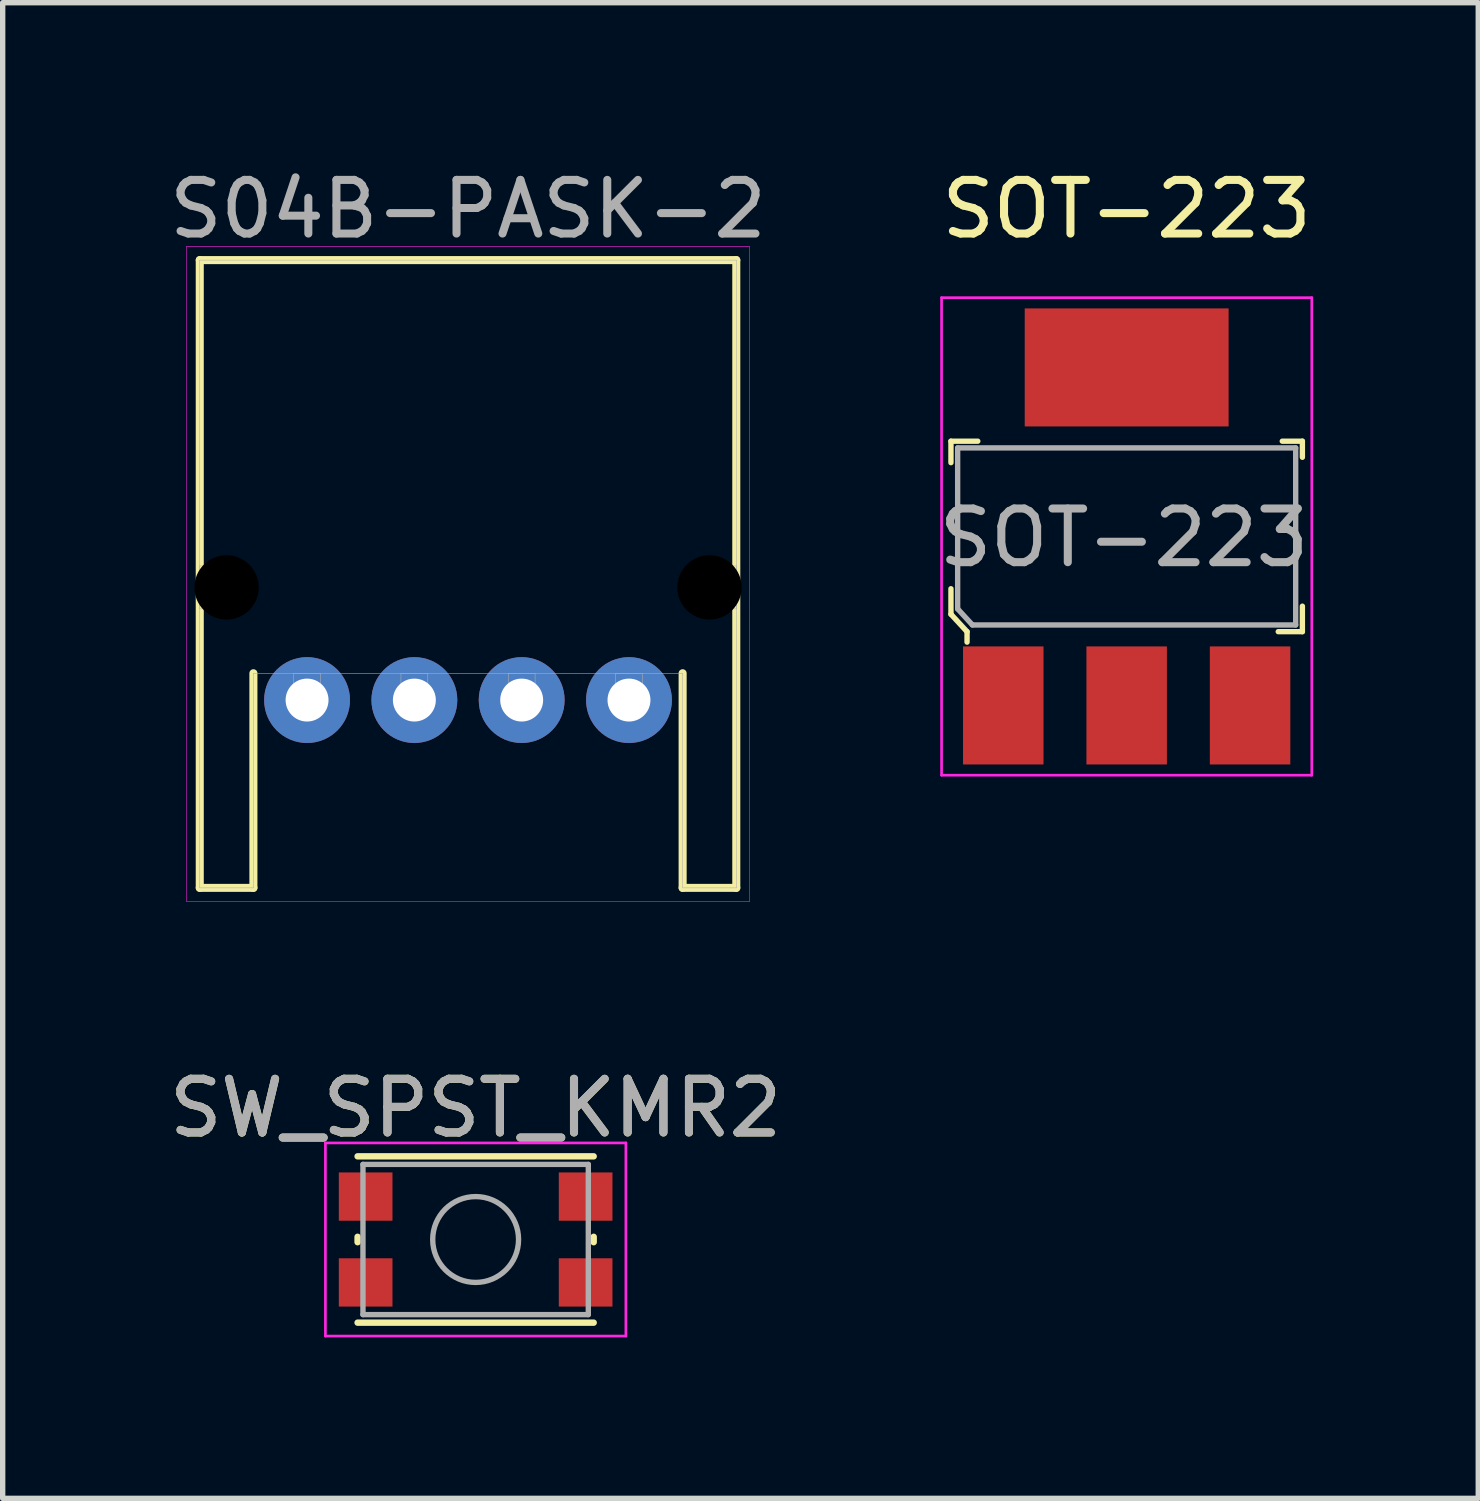
<source format=kicad_pcb>
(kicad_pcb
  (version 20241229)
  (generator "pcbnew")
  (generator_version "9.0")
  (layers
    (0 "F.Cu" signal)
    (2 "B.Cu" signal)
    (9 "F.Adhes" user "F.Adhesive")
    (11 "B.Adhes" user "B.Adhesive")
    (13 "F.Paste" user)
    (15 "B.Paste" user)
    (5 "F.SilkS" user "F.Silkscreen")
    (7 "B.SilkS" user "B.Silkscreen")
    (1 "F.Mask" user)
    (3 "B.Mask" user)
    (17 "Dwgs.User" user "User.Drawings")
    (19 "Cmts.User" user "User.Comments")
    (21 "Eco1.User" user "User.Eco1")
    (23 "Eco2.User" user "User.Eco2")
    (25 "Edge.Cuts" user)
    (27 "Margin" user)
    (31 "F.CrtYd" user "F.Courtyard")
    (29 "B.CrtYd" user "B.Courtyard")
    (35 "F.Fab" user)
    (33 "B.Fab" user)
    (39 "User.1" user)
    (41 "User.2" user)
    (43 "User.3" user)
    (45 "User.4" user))
  (footprint "SW_SPST_KMR2"
    (layer "F.Cu")
    (at 5.815 20.052)
    (property "Reference" "SW_SPST_KMR2" (at 0 -2.45 0) (layer "F.SilkS") (effects (font (size 1 1) (thickness 0.15))))
    (attr smd)
    (fp_line (start -2.2 0.05) (end -2.2 -0.05) (stroke (width 0.12) (type solid)) (layer "F.SilkS"))
    (fp_line (start -2.2 1.55) (end 2.2 1.55) (stroke (width 0.12) (type solid)) (layer "F.SilkS"))
    (fp_line (start 2.2 -1.55) (end -2.2 -1.55) (stroke (width 0.12) (type solid)) (layer "F.SilkS"))
    (fp_line (start 2.2 0.05) (end 2.2 -0.05) (stroke (width 0.12) (type solid)) (layer "F.SilkS"))
    (fp_line (start -2.8 -1.8) (end 2.8 -1.8) (stroke (width 0.05) (type solid)) (layer "F.CrtYd"))
    (fp_line (start -2.8 1.8) (end -2.8 -1.8) (stroke (width 0.05) (type solid)) (layer "F.CrtYd"))
    (fp_line (start 2.8 -1.8) (end 2.8 1.8) (stroke (width 0.05) (type solid)) (layer "F.CrtYd"))
    (fp_line (start 2.8 1.8) (end -2.8 1.8) (stroke (width 0.05) (type solid)) (layer "F.CrtYd"))
    (fp_line (start -2.1 -1.4) (end 2.1 -1.4) (stroke (width 0.1) (type solid)) (layer "F.Fab"))
    (fp_line (start -2.1 1.4) (end -2.1 -1.4) (stroke (width 0.1) (type solid)) (layer "F.Fab"))
    (fp_line (start 2.1 -1.4) (end 2.1 1.4) (stroke (width 0.1) (type solid)) (layer "F.Fab"))
    (fp_line (start 2.1 1.4) (end -2.1 1.4) (stroke (width 0.1) (type solid)) (layer "F.Fab"))
    (fp_circle (center 0 0) (end 0 0.8) (stroke (width 0.1) (type solid)) (fill no) (layer "F.Fab"))
    (fp_text user "${REFERENCE}" (at 0 -2.45 0) (layer "F.Fab") (effects (font (size 1 1) (thickness 0.15))))
    (pad "1" smd rect (at -2.05 -0.8 90) (size 0.9 1) (layers "F.Cu" "F.Mask" "F.Paste"))
    (pad "1" smd rect (at 2.05 -0.8 90) (size 0.9 1) (layers "F.Cu" "F.Mask" "F.Paste"))
    (pad "2" smd rect (at -2.05 0.8 90) (size 0.9 1) (layers "F.Cu" "F.Mask" "F.Paste"))
    (pad "2" smd rect (at 2.05 0.8 90) (size 0.9 1) (layers "F.Cu" "F.Mask" "F.Paste")))
  (footprint "SOT-223"
    (layer "F.Cu")
    (at 17.949 6.948)
    (property "Reference" "SOT-223" (at 0 -6.1 0) (layer "F.SilkS") (effects (font (size 1 1) (thickness 0.15))))
    (attr through_hole)
    (fp_line (start -3.275 -1.775) (end -3.275 -1.375) (stroke (width 0.1) (type solid)) (layer "F.SilkS"))
    (fp_line (start -3.275 0.975) (end -3.275 1.45) (stroke (width 0.1) (type solid)) (layer "F.SilkS"))
    (fp_line (start -3.275 1.45) (end -2.975 1.775) (stroke (width 0.1) (type solid)) (layer "F.SilkS"))
    (fp_line (start -2.975 1.775) (end -2.975 1.97) (stroke (width 0.1) (type solid)) (layer "F.SilkS"))
    (fp_line (start -2.775 -1.775) (end -3.275 -1.775) (stroke (width 0.1) (type solid)) (layer "F.SilkS"))
    (fp_line (start 2.9 -1.775) (end 3.275 -1.775) (stroke (width 0.1) (type solid)) (layer "F.SilkS"))
    (fp_line (start 3.275 -1.775) (end 3.275 -1.475) (stroke (width 0.1) (type solid)) (layer "F.SilkS"))
    (fp_line (start 3.275 1.3) (end 3.275 1.775) (stroke (width 0.1) (type solid)) (layer "F.SilkS"))
    (fp_line (start 3.275 1.775) (end 2.825 1.775) (stroke (width 0.1) (type solid)) (layer "F.SilkS"))
    (fp_line (start -3.45 -4.45) (end -3.45 4.45) (stroke (width 0.05) (type solid)) (layer "F.CrtYd"))
    (fp_line (start -3.45 4.45) (end 3.45 4.45) (stroke (width 0.05) (type solid)) (layer "F.CrtYd"))
    (fp_line (start 3.45 -4.45) (end -3.45 -4.45) (stroke (width 0.05) (type solid)) (layer "F.CrtYd"))
    (fp_line (start 3.45 -4.45) (end 3.45 4.45) (stroke (width 0.05) (type solid)) (layer "F.CrtYd"))
    (fp_line (start -3.15 -1.65) (end 3.15 -1.65) (stroke (width 0.1) (type solid)) (layer "F.Fab"))
    (fp_line (start -3.15 1.35) (end -3.15 -1.65) (stroke (width 0.1) (type solid)) (layer "F.Fab"))
    (fp_line (start -3.15 1.35) (end -2.875 1.65) (stroke (width 0.1) (type solid)) (layer "F.Fab"))
    (fp_line (start 3.15 -1.65) (end 3.15 1.65) (stroke (width 0.1) (type solid)) (layer "F.Fab"))
    (fp_line (start 3.15 1.65) (end -2.875 1.65) (stroke (width 0.1) (type solid)) (layer "F.Fab"))
    (fp_text user "${REFERENCE}" (at -0.05 0.025 0) (layer "F.Fab") (effects (font (size 1 1) (thickness 0.15))))
    (pad "1" smd rect (at -2.3 3.15) (size 1.5 2.2) (layers "F.Cu" "F.Mask" "F.Paste"))
    (pad "2" smd rect (at 0 3.15) (size 1.5 2.2) (layers "F.Cu" "F.Mask" "F.Paste"))
    (pad "3" smd rect (at 2.3 3.15) (size 1.5 2.2) (layers "F.Cu" "F.Mask" "F.Paste"))
    (pad "4" smd rect (at 0 -3.15) (size 3.8 2.2) (layers "F.Cu" "F.Mask" "F.Paste")))
  (footprint "S04B-PASK-2"
    (layer "F.Cu")
    (at 5.673 9.998)
    (property "Reference" "S04B-PASK-2" (at 0 -9.15 0) (layer "F.Fab") (effects (font (size 1 1) (thickness 0.15))))
    (attr through_hole)
    (fp_line (start -5 -8.2) (end -5 3.5) (stroke (width 0.15) (type solid)) (layer "F.SilkS"))
    (fp_line (start -5 -8.2) (end 5 -8.2) (stroke (width 0.15) (type solid)) (layer "F.SilkS"))
    (fp_line (start -5 3.5) (end -4 3.5) (stroke (width 0.15) (type solid)) (layer "F.SilkS"))
    (fp_line (start -4 3.5) (end -4 -0.5) (stroke (width 0.15) (type solid)) (layer "F.SilkS"))
    (fp_line (start 4 3.5) (end 4 -0.5) (stroke (width 0.15) (type solid)) (layer "F.SilkS"))
    (fp_line (start 5 -8.2) (end 5 3.5) (stroke (width 0.15) (type solid)) (layer "F.SilkS"))
    (fp_line (start 5 3.5) (end 4 3.5) (stroke (width 0.15) (type solid)) (layer "F.SilkS"))
    (fp_line (start -5.25 -8.45) (end 5.25 -8.45) (stroke (width 0.01) (type solid)) (layer "F.CrtYd"))
    (fp_line (start -5.25 3.75) (end -5.25 -8.45) (stroke (width 0.01) (type solid)) (layer "F.CrtYd"))
    (fp_line (start 5.25 -8.45) (end 5.25 3.75) (stroke (width 0.01) (type solid)) (layer "F.CrtYd"))
    (fp_line (start 5.25 3.75) (end -5.25 3.75) (stroke (width 0.01) (type solid)) (layer "F.CrtYd"))
    (fp_line (start -5 -8.2) (end -5 3.5) (stroke (width 0.01) (type solid)) (layer "F.Fab"))
    (fp_line (start -5 -8.2) (end 5 -8.2) (stroke (width 0.01) (type solid)) (layer "F.Fab"))
    (fp_line (start -5 -2.5) (end -4.4 -2.5) (stroke (width 0.01) (type solid)) (layer "F.Fab"))
    (fp_line (start -5 -1.7) (end -5 -2.5) (stroke (width 0.01) (type solid)) (layer "F.Fab"))
    (fp_line (start -5 3.5) (end -4 3.5) (stroke (width 0.01) (type solid)) (layer "F.Fab"))
    (fp_line (start -4.4 -2.5) (end -4.4 -1.7) (stroke (width 0.01) (type solid)) (layer "F.Fab"))
    (fp_line (start -4.4 -1.7) (end -5 -1.7) (stroke (width 0.01) (type solid)) (layer "F.Fab"))
    (fp_line (start -4 3.5) (end -4 -0.5) (stroke (width 0.01) (type solid)) (layer "F.Fab"))
    (fp_line (start -3.25 -0.5) (end -2.75 -0.5) (stroke (width 0.01) (type solid)) (layer "F.Fab"))
    (fp_line (start -3.25 -0.25) (end -2.75 -0.25) (stroke (width 0.01) (type solid)) (layer "F.Fab"))
    (fp_line (start -3.25 0.25) (end -3.25 -0.5) (stroke (width 0.01) (type solid)) (layer "F.Fab"))
    (fp_line (start -2.75 -0.5) (end -2.75 0.25) (stroke (width 0.01) (type solid)) (layer "F.Fab"))
    (fp_line (start -2.75 0.25) (end -3.25 0.25) (stroke (width 0.01) (type solid)) (layer "F.Fab"))
    (fp_line (start -1.25 -0.5) (end -0.75 -0.5) (stroke (width 0.01) (type solid)) (layer "F.Fab"))
    (fp_line (start -1.25 -0.25) (end -0.75 -0.25) (stroke (width 0.01) (type solid)) (layer "F.Fab"))
    (fp_line (start -1.25 0.25) (end -1.25 -0.5) (stroke (width 0.01) (type solid)) (layer "F.Fab"))
    (fp_line (start -0.75 -0.5) (end -0.75 0.25) (stroke (width 0.01) (type solid)) (layer "F.Fab"))
    (fp_line (start -0.75 0.25) (end -1.25 0.25) (stroke (width 0.01) (type solid)) (layer "F.Fab"))
    (fp_line (start 0.75 -0.5) (end 1.25 -0.5) (stroke (width 0.01) (type solid)) (layer "F.Fab"))
    (fp_line (start 0.75 -0.25) (end 1.25 -0.25) (stroke (width 0.01) (type solid)) (layer "F.Fab"))
    (fp_line (start 0.75 0.25) (end 0.75 -0.5) (stroke (width 0.01) (type solid)) (layer "F.Fab"))
    (fp_line (start 1.25 -0.5) (end 1.25 0.25) (stroke (width 0.01) (type solid)) (layer "F.Fab"))
    (fp_line (start 1.25 0.25) (end 0.75 0.25) (stroke (width 0.01) (type solid)) (layer "F.Fab"))
    (fp_line (start 2.75 -0.5) (end 3.25 -0.5) (stroke (width 0.01) (type solid)) (layer "F.Fab"))
    (fp_line (start 2.75 -0.25) (end 3.25 -0.25) (stroke (width 0.01) (type solid)) (layer "F.Fab"))
    (fp_line (start 2.75 0.25) (end 2.75 -0.5) (stroke (width 0.01) (type solid)) (layer "F.Fab"))
    (fp_line (start 3.25 -0.5) (end 3.25 0.25) (stroke (width 0.01) (type solid)) (layer "F.Fab"))
    (fp_line (start 3.25 0.25) (end 2.75 0.25) (stroke (width 0.01) (type solid)) (layer "F.Fab"))
    (fp_line (start 4 -0.5) (end -4 -0.5) (stroke (width 0.01) (type solid)) (layer "F.Fab"))
    (fp_line (start 4 3.5) (end 4 -0.5) (stroke (width 0.01) (type solid)) (layer "F.Fab"))
    (fp_line (start 4.4 -2.5) (end 5 -2.5) (stroke (width 0.01) (type solid)) (layer "F.Fab"))
    (fp_line (start 4.4 -1.7) (end 4.4 -2.5) (stroke (width 0.01) (type solid)) (layer "F.Fab"))
    (fp_line (start 5 -8.2) (end 5 3.5) (stroke (width 0.01) (type solid)) (layer "F.Fab"))
    (fp_line (start 5 -2.5) (end 5 -1.7) (stroke (width 0.01) (type solid)) (layer "F.Fab"))
    (fp_line (start 5 -1.7) (end 4.4 -1.7) (stroke (width 0.01) (type solid)) (layer "F.Fab"))
    (fp_line (start 5 3.5) (end 4 3.5) (stroke (width 0.01) (type solid)) (layer "F.Fab"))
    (pad "" np_thru_hole circle (at -4.5 -2.1) (size 1.2 1.2) (drill 1.2) (layers "*.Mask"))
    (pad "" np_thru_hole circle (at 4.5 -2.1) (size 1.2 1.2) (drill 1.2) (layers "*.Mask"))
    (pad "1" thru_hole circle (at 3 0) (size 1.6 1.6) (drill 0.8) (layers "*.Cu" "*.Mask"))
    (pad "2" thru_hole circle (at 1 0) (size 1.6 1.6) (drill 0.8) (layers "*.Cu" "*.Mask"))
    (pad "3" thru_hole circle (at -1 0) (size 1.6 1.6) (drill 0.8) (layers "*.Cu" "*.Mask"))
    (pad "4" thru_hole circle (at -3 0) (size 1.6 1.6) (drill 0.8) (layers "*.Cu" "*.Mask")))
  (gr_rect
    (start -3 -3)
    (end 24.502 24.877)
    (stroke (width 0.1) (type default))
    (fill no)
    (layer "Edge.Cuts")))
</source>
